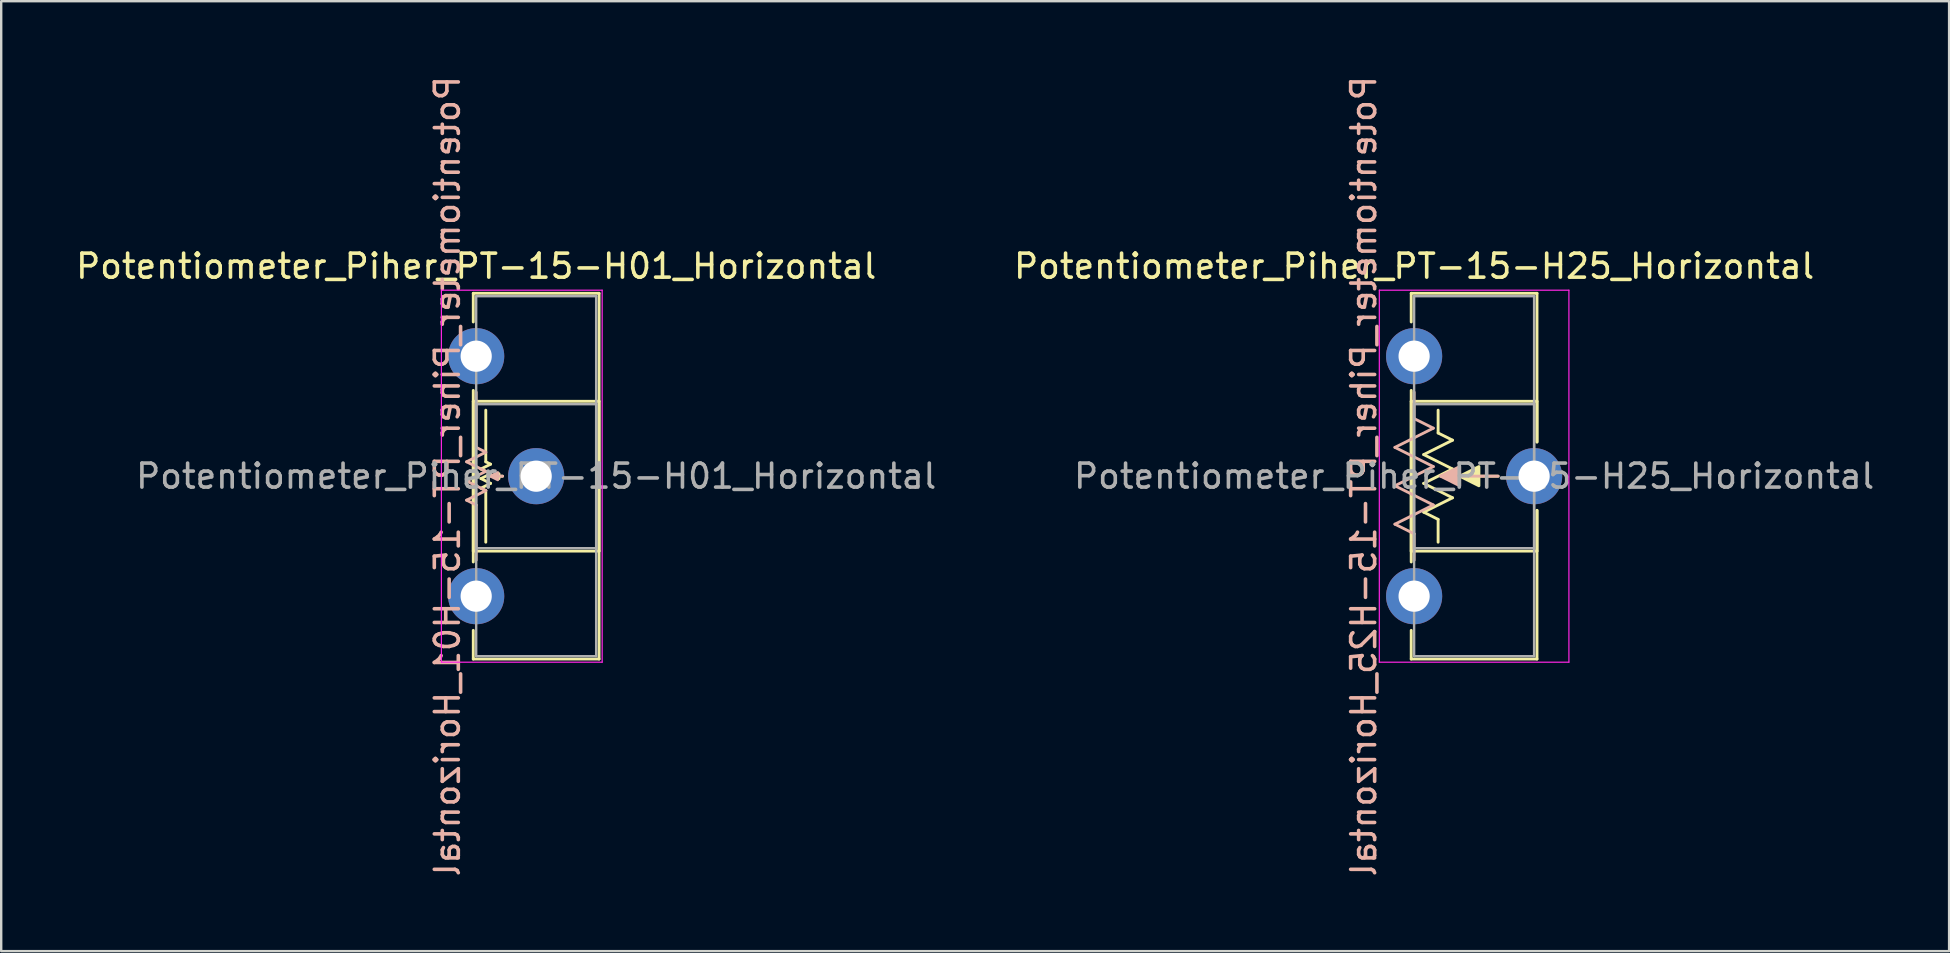
<source format=kicad_pcb>
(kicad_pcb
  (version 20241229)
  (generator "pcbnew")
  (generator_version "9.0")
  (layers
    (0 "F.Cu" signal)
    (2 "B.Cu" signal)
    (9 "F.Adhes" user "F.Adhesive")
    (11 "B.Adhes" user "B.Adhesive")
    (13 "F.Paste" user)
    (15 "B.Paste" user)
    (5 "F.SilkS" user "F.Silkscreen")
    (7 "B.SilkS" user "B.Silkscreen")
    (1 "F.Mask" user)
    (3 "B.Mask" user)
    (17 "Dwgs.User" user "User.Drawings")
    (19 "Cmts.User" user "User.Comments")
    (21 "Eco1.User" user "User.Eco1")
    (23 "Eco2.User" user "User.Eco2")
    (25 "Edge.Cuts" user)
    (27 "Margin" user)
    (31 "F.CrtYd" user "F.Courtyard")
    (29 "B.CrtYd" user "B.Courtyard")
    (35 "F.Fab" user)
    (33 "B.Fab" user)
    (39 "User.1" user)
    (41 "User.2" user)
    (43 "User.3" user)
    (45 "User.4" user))
  (footprint "Potentiometer_Piher_PT-15-H01_Horizontal"
    (layer "F.Cu")
    (at 16.792 11.792)
    (property "Reference" "Potentiometer_Piher_PT-15-H01_Horizontal" (at 0 -3.75 0) (layer "F.SilkS") (effects (font (size 1 1) (thickness 0.15))))
    (attr through_hole)
    (fp_line (start -0.121 -2.62) (end -0.121 -1.426) (stroke (width 0.12) (type solid)) (layer "F.SilkS"))
    (fp_line (start -0.121 -2.62) (end 5.12 -2.62) (stroke (width 0.12) (type solid)) (layer "F.SilkS"))
    (fp_line (start -0.121 1.426) (end -0.121 8.575) (stroke (width 0.12) (type solid)) (layer "F.SilkS"))
    (fp_line (start -0.121 1.88) (end -0.121 8.121) (stroke (width 0.12) (type solid)) (layer "F.SilkS"))
    (fp_line (start -0.121 1.88) (end 5.12 1.88) (stroke (width 0.12) (type solid)) (layer "F.SilkS"))
    (fp_line (start -0.121 8.121) (end 5.12 8.121) (stroke (width 0.12) (type solid)) (layer "F.SilkS"))
    (fp_line (start -0.121 11.425) (end -0.121 12.62) (stroke (width 0.12) (type solid)) (layer "F.SilkS"))
    (fp_line (start -0.121 12.62) (end 5.12 12.62) (stroke (width 0.12) (type solid)) (layer "F.SilkS"))
    (fp_line (start 0.2 4.7) (end 0.6 4.9) (stroke (width 0.12) (type solid)) (layer "F.SilkS"))
    (fp_line (start 0.2 5.1) (end 0.6 5.3) (stroke (width 0.12) (type solid)) (layer "F.SilkS"))
    (fp_line (start 0.2 5.5) (end 0.4 5.6) (stroke (width 0.12) (type solid)) (layer "F.SilkS"))
    (fp_line (start 0.4 4.4) (end 0.4 2.25) (stroke (width 0.12) (type solid)) (layer "F.SilkS"))
    (fp_line (start 0.4 4.4) (end 0.6 4.5) (stroke (width 0.12) (type solid)) (layer "F.SilkS"))
    (fp_line (start 0.4 5.6) (end 0.4 7.75) (stroke (width 0.12) (type solid)) (layer "F.SilkS"))
    (fp_line (start 0.6 4.5) (end 0.2 4.7) (stroke (width 0.12) (type solid)) (layer "F.SilkS"))
    (fp_line (start 0.6 4.9) (end 0.2 5.1) (stroke (width 0.12) (type solid)) (layer "F.SilkS"))
    (fp_line (start 0.6 5.3) (end 0.2 5.5) (stroke (width 0.12) (type solid)) (layer "F.SilkS"))
    (fp_line (start 1.1 5) (end 0.75 5) (stroke (width 0.12) (type solid)) (layer "F.SilkS"))
    (fp_line (start 5.12 -2.62) (end 5.12 12.62) (stroke (width 0.12) (type solid)) (layer "F.SilkS"))
    (fp_line (start 5.12 1.88) (end 5.12 8.121) (stroke (width 0.12) (type solid)) (layer "F.SilkS"))
    (fp_poly (pts (xy 0.95 5.1) (xy 0.75 5) (xy 0.95 4.9)) (stroke (width 0.12) (type solid)) (fill yes) (layer "F.SilkS"))
    (fp_line (start -0.4 4.4) (end 0 4.2) (stroke (width 0.12) (type solid)) (layer "B.SilkS"))
    (fp_line (start -0.4 5.2) (end 0 5) (stroke (width 0.12) (type solid)) (layer "B.SilkS"))
    (fp_line (start -0.4 6) (end 0 5.8) (stroke (width 0.12) (type solid)) (layer "B.SilkS"))
    (fp_line (start 0 3.8) (end 0 1.5) (stroke (width 0.12) (type solid)) (layer "B.SilkS"))
    (fp_line (start 0 3.8) (end 0.4 4) (stroke (width 0.12) (type solid)) (layer "B.SilkS"))
    (fp_line (start 0 4.6) (end -0.4 4.4) (stroke (width 0.12) (type solid)) (layer "B.SilkS"))
    (fp_line (start 0 4.6) (end 0.4 4.8) (stroke (width 0.12) (type solid)) (layer "B.SilkS"))
    (fp_line (start 0 5.4) (end -0.4 5.2) (stroke (width 0.12) (type solid)) (layer "B.SilkS"))
    (fp_line (start 0 5.4) (end 0.4 5.6) (stroke (width 0.12) (type solid)) (layer "B.SilkS"))
    (fp_line (start 0 6.2) (end -0.4 6) (stroke (width 0.12) (type solid)) (layer "B.SilkS"))
    (fp_line (start 0 6.2) (end 0 8.5) (stroke (width 0.12) (type solid)) (layer "B.SilkS"))
    (fp_line (start 0.4 4) (end 0 4.2) (stroke (width 0.12) (type solid)) (layer "B.SilkS"))
    (fp_line (start 0.4 4.8) (end 0 5) (stroke (width 0.12) (type solid)) (layer "B.SilkS"))
    (fp_line (start 0.4 5.6) (end 0 5.8) (stroke (width 0.12) (type solid)) (layer "B.SilkS"))
    (fp_line (start 1.1 5) (end 0.6 5) (stroke (width 0.12) (type solid)) (layer "B.SilkS"))
    (fp_poly (pts (xy 0.9 5.15) (xy 0.6 5) (xy 0.9 4.85)) (stroke (width 0.12) (type solid)) (fill yes) (layer "B.SilkS"))
    (fp_line (start -1.45 -2.75) (end -1.45 12.75) (stroke (width 0.05) (type solid)) (layer "F.CrtYd"))
    (fp_line (start -1.45 12.75) (end 5.25 12.75) (stroke (width 0.05) (type solid)) (layer "F.CrtYd"))
    (fp_line (start 5.25 -2.75) (end -1.45 -2.75) (stroke (width 0.05) (type solid)) (layer "F.CrtYd"))
    (fp_line (start 5.25 12.75) (end 5.25 -2.75) (stroke (width 0.05) (type solid)) (layer "F.CrtYd"))
    (fp_line (start 0 -2.5) (end 5 -2.5) (stroke (width 0.1) (type solid)) (layer "F.Fab"))
    (fp_line (start 0 2) (end 0 8) (stroke (width 0.1) (type solid)) (layer "F.Fab"))
    (fp_line (start 0 8) (end 5 8) (stroke (width 0.1) (type solid)) (layer "F.Fab"))
    (fp_line (start 0 12.5) (end 0 -2.5) (stroke (width 0.1) (type solid)) (layer "F.Fab"))
    (fp_line (start 5 -2.5) (end 5 12.5) (stroke (width 0.1) (type solid)) (layer "F.Fab"))
    (fp_line (start 5 2) (end 0 2) (stroke (width 0.1) (type solid)) (layer "F.Fab"))
    (fp_line (start 5 8) (end 5 2) (stroke (width 0.1) (type solid)) (layer "F.Fab"))
    (fp_line (start 5 12.5) (end 0 12.5) (stroke (width 0.1) (type solid)) (layer "F.Fab"))
    (fp_text user "${REFERENCE}" (at -1.2 5 90) (unlocked yes) (layer "B.SilkS") (effects (font (size 1 1) (thickness 0.15)) (justify mirror)))
    (fp_text user "${REFERENCE}" (at 2.5 5 0) (layer "F.Fab") (effects (font (size 1 1) (thickness 0.15))))
    (pad "1" thru_hole circle (at 0 0) (size 2.34 2.34) (drill 1.3) (layers "*.Cu" "*.Mask"))
    (pad "2" thru_hole circle (at 2.5 5) (size 2.34 2.34) (drill 1.3) (layers "*.Cu" "*.Mask"))
    (pad "3" thru_hole circle (at 0 10) (size 2.34 2.34) (drill 1.3) (layers "*.Cu" "*.Mask")))
  (footprint "Potentiometer_Piher_PT-15-H25_Horizontal"
    (layer "F.Cu")
    (at 55.875 11.792)
    (property "Reference" "Potentiometer_Piher_PT-15-H25_Horizontal" (at 0 -3.75 0) (layer "F.SilkS") (effects (font (size 1 1) (thickness 0.15))))
    (attr through_hole)
    (fp_line (start -0.121 -2.62) (end -0.121 -1.426) (stroke (width 0.12) (type solid)) (layer "F.SilkS"))
    (fp_line (start -0.121 -2.62) (end 5.12 -2.62) (stroke (width 0.12) (type solid)) (layer "F.SilkS"))
    (fp_line (start -0.121 1.426) (end -0.121 8.575) (stroke (width 0.12) (type solid)) (layer "F.SilkS"))
    (fp_line (start -0.121 1.88) (end -0.121 8.121) (stroke (width 0.12) (type solid)) (layer "F.SilkS"))
    (fp_line (start -0.121 1.88) (end 5.12 1.88) (stroke (width 0.12) (type solid)) (layer "F.SilkS"))
    (fp_line (start -0.121 8.121) (end 5.12 8.121) (stroke (width 0.12) (type solid)) (layer "F.SilkS"))
    (fp_line (start -0.121 11.425) (end -0.121 12.62) (stroke (width 0.12) (type solid)) (layer "F.SilkS"))
    (fp_line (start -0.121 12.62) (end 5.12 12.62) (stroke (width 0.12) (type solid)) (layer "F.SilkS"))
    (fp_line (start 0.4 4.1) (end 1.6 4.7) (stroke (width 0.12) (type solid)) (layer "F.SilkS"))
    (fp_line (start 0.4 5.3) (end 1.6 5.9) (stroke (width 0.12) (type solid)) (layer "F.SilkS"))
    (fp_line (start 0.4 6.5) (end 1 6.8) (stroke (width 0.12) (type solid)) (layer "F.SilkS"))
    (fp_line (start 1 3.2) (end 1 2.25) (stroke (width 0.12) (type solid)) (layer "F.SilkS"))
    (fp_line (start 1 3.2) (end 1.6 3.5) (stroke (width 0.12) (type solid)) (layer "F.SilkS"))
    (fp_line (start 1 6.8) (end 1 7.75) (stroke (width 0.12) (type solid)) (layer "F.SilkS"))
    (fp_line (start 1.6 3.5) (end 0.4 4.1) (stroke (width 0.12) (type solid)) (layer "F.SilkS"))
    (fp_line (start 1.6 4.7) (end 0.4 5.3) (stroke (width 0.12) (type solid)) (layer "F.SilkS"))
    (fp_line (start 1.6 5.9) (end 0.4 6.5) (stroke (width 0.12) (type solid)) (layer "F.SilkS"))
    (fp_line (start 3.5 5) (end 1.9 5) (stroke (width 0.12) (type solid)) (layer "F.SilkS"))
    (fp_line (start 5.12 -2.62) (end 5.12 3.575) (stroke (width 0.12) (type solid)) (layer "F.SilkS"))
    (fp_line (start 5.12 1.88) (end 5.12 3.575) (stroke (width 0.12) (type solid)) (layer "F.SilkS"))
    (fp_line (start 5.12 6.425) (end 5.12 8.121) (stroke (width 0.12) (type solid)) (layer "F.SilkS"))
    (fp_line (start 5.12 6.425) (end 5.12 12.62) (stroke (width 0.12) (type solid)) (layer "F.SilkS"))
    (fp_poly (pts (xy 2.7 5.4) (xy 1.9 5) (xy 2.7 4.6)) (stroke (width 0.12) (type solid)) (fill yes) (layer "F.SilkS"))
    (fp_line (start -0.8 3.8) (end 0 3.4) (stroke (width 0.12) (type solid)) (layer "B.SilkS"))
    (fp_line (start -0.8 5.4) (end 0 5) (stroke (width 0.12) (type solid)) (layer "B.SilkS"))
    (fp_line (start -0.8 7) (end 0 6.6) (stroke (width 0.12) (type solid)) (layer "B.SilkS"))
    (fp_line (start 0 1.5) (end 0 2.6) (stroke (width 0.12) (type solid)) (layer "B.SilkS"))
    (fp_line (start 0 2.6) (end 0.8 3) (stroke (width 0.12) (type solid)) (layer "B.SilkS"))
    (fp_line (start 0 4.2) (end -0.8 3.8) (stroke (width 0.12) (type solid)) (layer "B.SilkS"))
    (fp_line (start 0 4.2) (end 0.8 4.6) (stroke (width 0.12) (type solid)) (layer "B.SilkS"))
    (fp_line (start 0 5.8) (end -0.8 5.4) (stroke (width 0.12) (type solid)) (layer "B.SilkS"))
    (fp_line (start 0 5.8) (end 0.8 6.2) (stroke (width 0.12) (type solid)) (layer "B.SilkS"))
    (fp_line (start 0 7.4) (end -0.8 7) (stroke (width 0.12) (type solid)) (layer "B.SilkS"))
    (fp_line (start 0 7.4) (end 0 8.5) (stroke (width 0.12) (type solid)) (layer "B.SilkS"))
    (fp_line (start 0.8 3) (end 0 3.4) (stroke (width 0.12) (type solid)) (layer "B.SilkS"))
    (fp_line (start 0.8 4.6) (end 0 5) (stroke (width 0.12) (type solid)) (layer "B.SilkS"))
    (fp_line (start 0.8 6.2) (end 0 6.6) (stroke (width 0.12) (type solid)) (layer "B.SilkS"))
    (fp_line (start 3.5 5) (end 1.1 5) (stroke (width 0.12) (type solid)) (layer "B.SilkS"))
    (fp_poly (pts (xy 1.9 5.4) (xy 1.1 5) (xy 1.9 4.6)) (stroke (width 0.12) (type solid)) (fill yes) (layer "B.SilkS"))
    (fp_line (start -1.45 -2.75) (end -1.45 12.75) (stroke (width 0.05) (type solid)) (layer "F.CrtYd"))
    (fp_line (start -1.45 12.75) (end 6.45 12.75) (stroke (width 0.05) (type solid)) (layer "F.CrtYd"))
    (fp_line (start 6.45 -2.75) (end -1.45 -2.75) (stroke (width 0.05) (type solid)) (layer "F.CrtYd"))
    (fp_line (start 6.45 12.75) (end 6.45 -2.75) (stroke (width 0.05) (type solid)) (layer "F.CrtYd"))
    (fp_line (start 0 -2.5) (end 5 -2.5) (stroke (width 0.1) (type solid)) (layer "F.Fab"))
    (fp_line (start 0 2) (end 0 8) (stroke (width 0.1) (type solid)) (layer "F.Fab"))
    (fp_line (start 0 8) (end 5 8) (stroke (width 0.1) (type solid)) (layer "F.Fab"))
    (fp_line (start 0 12.5) (end 0 -2.5) (stroke (width 0.1) (type solid)) (layer "F.Fab"))
    (fp_line (start 5 -2.5) (end 5 12.5) (stroke (width 0.1) (type solid)) (layer "F.Fab"))
    (fp_line (start 5 2) (end 0 2) (stroke (width 0.1) (type solid)) (layer "F.Fab"))
    (fp_line (start 5 8) (end 5 2) (stroke (width 0.1) (type solid)) (layer "F.Fab"))
    (fp_line (start 5 12.5) (end 0 12.5) (stroke (width 0.1) (type solid)) (layer "F.Fab"))
    (fp_text user "${REFERENCE}" (at -2.1 5 90) (unlocked yes) (layer "B.SilkS") (effects (font (size 1 1) (thickness 0.15)) (justify mirror)))
    (fp_text user "${REFERENCE}" (at 2.5 5 0) (layer "F.Fab") (effects (font (size 1 1) (thickness 0.15))))
    (pad "1" thru_hole circle (at 0 0) (size 2.34 2.34) (drill 1.3) (layers "*.Cu" "*.Mask"))
    (pad "2" thru_hole circle (at 5 5) (size 2.34 2.34) (drill 1.3) (layers "*.Cu" "*.Mask"))
    (pad "3" thru_hole circle (at 0 10) (size 2.34 2.34) (drill 1.3) (layers "*.Cu" "*.Mask")))
  (gr_rect
    (start -3 -3)
    (end 78.167 36.583)
    (stroke (width 0.1) (type default))
    (fill no)
    (layer "Edge.Cuts")))
</source>
